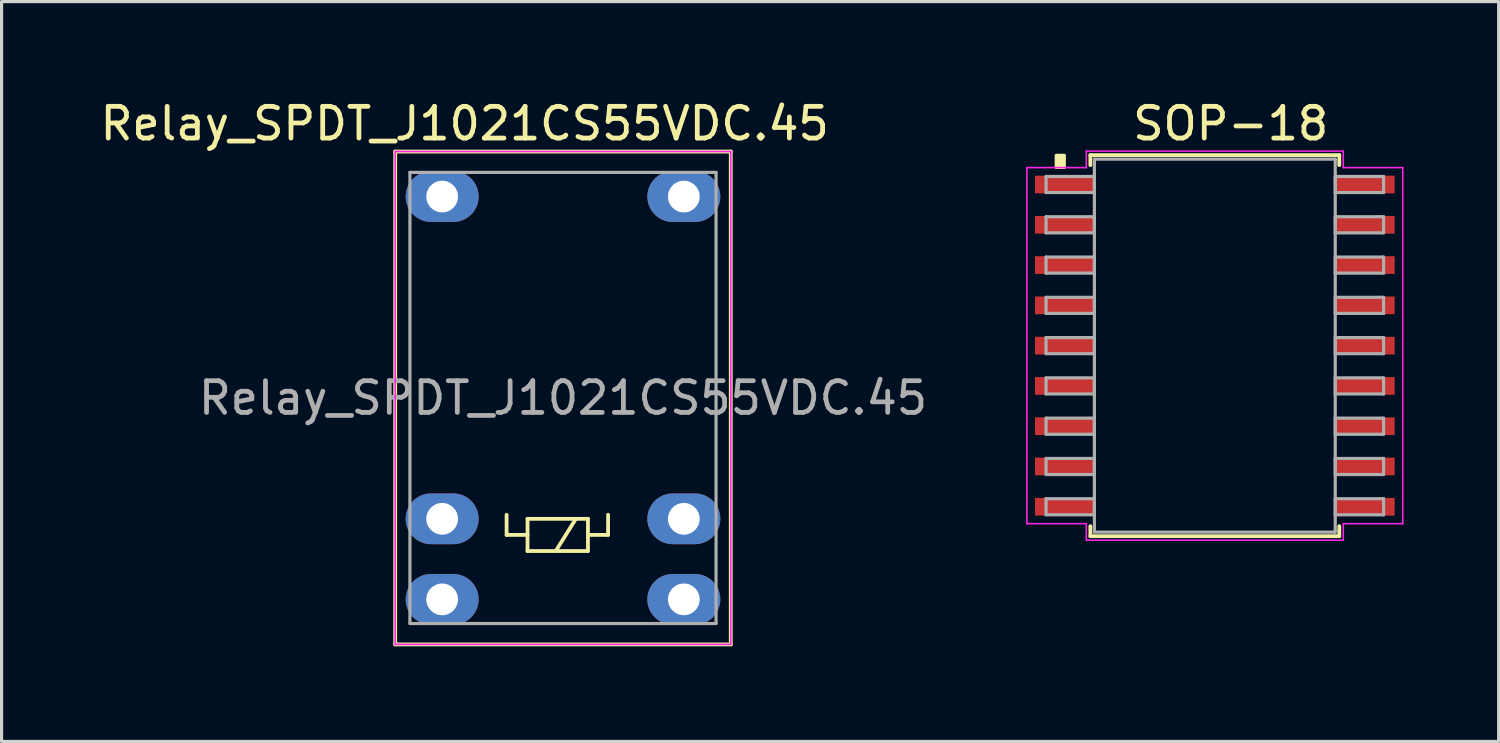
<source format=kicad_pcb>
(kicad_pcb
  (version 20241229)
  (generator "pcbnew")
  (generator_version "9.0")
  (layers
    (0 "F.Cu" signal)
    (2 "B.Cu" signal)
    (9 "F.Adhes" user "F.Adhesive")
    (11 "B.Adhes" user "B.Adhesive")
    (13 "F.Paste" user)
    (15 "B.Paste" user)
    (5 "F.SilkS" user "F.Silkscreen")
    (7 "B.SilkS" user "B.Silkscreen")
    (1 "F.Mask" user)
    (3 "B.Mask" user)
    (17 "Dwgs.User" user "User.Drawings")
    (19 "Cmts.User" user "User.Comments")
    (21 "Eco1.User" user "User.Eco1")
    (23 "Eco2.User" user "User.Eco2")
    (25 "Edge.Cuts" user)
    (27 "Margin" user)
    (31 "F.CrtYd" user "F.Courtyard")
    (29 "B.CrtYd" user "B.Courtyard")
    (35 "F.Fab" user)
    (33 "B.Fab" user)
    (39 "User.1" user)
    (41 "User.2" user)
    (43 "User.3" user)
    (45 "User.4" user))
  (footprint "SOP-18"
    (layer "F.Cu")
    (at 35.253 7.848)
    (property "Reference" "SOP-18" (at 0.5 -7 0) (layer "F.SilkS") (effects (font (size 1 1) (thickness 0.15))))
    (attr smd)
    (fp_line (start -3.924 -6.007) (end -3.924 -5.692) (stroke (width 0.12) (type solid)) (layer "F.SilkS"))
    (fp_line (start -3.924 5.692) (end -3.924 6.007) (stroke (width 0.12) (type solid)) (layer "F.SilkS"))
    (fp_line (start -3.924 6.007) (end 3.924 6.007) (stroke (width 0.12) (type solid)) (layer "F.SilkS"))
    (fp_line (start 3.924 -6.007) (end -3.924 -6.007) (stroke (width 0.12) (type solid)) (layer "F.SilkS"))
    (fp_line (start 3.924 -5.692) (end 3.924 -6.007) (stroke (width 0.12) (type solid)) (layer "F.SilkS"))
    (fp_line (start 3.924 6.007) (end 3.924 5.692) (stroke (width 0.12) (type solid)) (layer "F.SilkS"))
    (fp_poly (pts (xy -4.746 -6) (xy -4.746 -5.619) (xy -5 -5.619) (xy -5 -6)) (stroke (width 0.1) (type solid)) (fill yes) (layer "F.SilkS"))
    (fp_line (start -5.925 -5.613) (end -4.051 -5.613) (stroke (width 0.05) (type solid)) (layer "F.CrtYd"))
    (fp_line (start -5.925 5.613) (end -5.925 -5.613) (stroke (width 0.05) (type solid)) (layer "F.CrtYd"))
    (fp_line (start -4.051 -6.134) (end 4.051 -6.134) (stroke (width 0.05) (type solid)) (layer "F.CrtYd"))
    (fp_line (start -4.051 -5.613) (end -4.051 -6.134) (stroke (width 0.05) (type solid)) (layer "F.CrtYd"))
    (fp_line (start -4.051 5.613) (end -5.925 5.613) (stroke (width 0.05) (type solid)) (layer "F.CrtYd"))
    (fp_line (start -4.051 6.134) (end -4.051 5.613) (stroke (width 0.05) (type solid)) (layer "F.CrtYd"))
    (fp_line (start 4.051 -6.134) (end 4.051 -5.613) (stroke (width 0.05) (type solid)) (layer "F.CrtYd"))
    (fp_line (start 4.051 -5.613) (end 5.925 -5.613) (stroke (width 0.05) (type solid)) (layer "F.CrtYd"))
    (fp_line (start 4.051 5.613) (end 4.051 6.134) (stroke (width 0.05) (type solid)) (layer "F.CrtYd"))
    (fp_line (start 4.051 6.134) (end -4.051 6.134) (stroke (width 0.05) (type solid)) (layer "F.CrtYd"))
    (fp_line (start 5.925 -5.613) (end 5.925 5.613) (stroke (width 0.05) (type solid)) (layer "F.CrtYd"))
    (fp_line (start 5.925 5.613) (end 4.051 5.613) (stroke (width 0.05) (type solid)) (layer "F.CrtYd"))
    (fp_line (start -5.321 -5.334) (end -5.321 -4.826) (stroke (width 0.1) (type solid)) (layer "F.Fab"))
    (fp_line (start -5.321 -4.826) (end -3.797 -4.826) (stroke (width 0.1) (type solid)) (layer "F.Fab"))
    (fp_line (start -5.321 -4.064) (end -5.321 -3.556) (stroke (width 0.1) (type solid)) (layer "F.Fab"))
    (fp_line (start -5.321 -3.556) (end -3.797 -3.556) (stroke (width 0.1) (type solid)) (layer "F.Fab"))
    (fp_line (start -5.321 -2.794) (end -5.321 -2.286) (stroke (width 0.1) (type solid)) (layer "F.Fab"))
    (fp_line (start -5.321 -2.286) (end -3.797 -2.286) (stroke (width 0.1) (type solid)) (layer "F.Fab"))
    (fp_line (start -5.321 -1.524) (end -5.321 -1.016) (stroke (width 0.1) (type solid)) (layer "F.Fab"))
    (fp_line (start -5.321 -1.016) (end -3.797 -1.016) (stroke (width 0.1) (type solid)) (layer "F.Fab"))
    (fp_line (start -5.321 -0.254) (end -5.321 0.254) (stroke (width 0.1) (type solid)) (layer "F.Fab"))
    (fp_line (start -5.321 0.254) (end -3.797 0.254) (stroke (width 0.1) (type solid)) (layer "F.Fab"))
    (fp_line (start -5.321 1.016) (end -5.321 1.524) (stroke (width 0.1) (type solid)) (layer "F.Fab"))
    (fp_line (start -5.321 1.524) (end -3.797 1.524) (stroke (width 0.1) (type solid)) (layer "F.Fab"))
    (fp_line (start -5.321 2.286) (end -5.321 2.794) (stroke (width 0.1) (type solid)) (layer "F.Fab"))
    (fp_line (start -5.321 2.794) (end -3.797 2.794) (stroke (width 0.1) (type solid)) (layer "F.Fab"))
    (fp_line (start -5.321 3.556) (end -5.321 4.064) (stroke (width 0.1) (type solid)) (layer "F.Fab"))
    (fp_line (start -5.321 4.064) (end -3.797 4.064) (stroke (width 0.1) (type solid)) (layer "F.Fab"))
    (fp_line (start -5.321 4.826) (end -5.321 5.334) (stroke (width 0.1) (type solid)) (layer "F.Fab"))
    (fp_line (start -5.321 5.334) (end -3.797 5.334) (stroke (width 0.1) (type solid)) (layer "F.Fab"))
    (fp_line (start -3.797 -5.88) (end -3.797 5.88) (stroke (width 0.1) (type solid)) (layer "F.Fab"))
    (fp_line (start -3.797 -5.334) (end -5.321 -5.334) (stroke (width 0.1) (type solid)) (layer "F.Fab"))
    (fp_line (start -3.797 -4.826) (end -3.797 -5.334) (stroke (width 0.1) (type solid)) (layer "F.Fab"))
    (fp_line (start -3.797 -4.064) (end -5.321 -4.064) (stroke (width 0.1) (type solid)) (layer "F.Fab"))
    (fp_line (start -3.797 -3.556) (end -3.797 -4.064) (stroke (width 0.1) (type solid)) (layer "F.Fab"))
    (fp_line (start -3.797 -2.794) (end -5.321 -2.794) (stroke (width 0.1) (type solid)) (layer "F.Fab"))
    (fp_line (start -3.797 -2.286) (end -3.797 -2.794) (stroke (width 0.1) (type solid)) (layer "F.Fab"))
    (fp_line (start -3.797 -1.524) (end -5.321 -1.524) (stroke (width 0.1) (type solid)) (layer "F.Fab"))
    (fp_line (start -3.797 -1.016) (end -3.797 -1.524) (stroke (width 0.1) (type solid)) (layer "F.Fab"))
    (fp_line (start -3.797 -0.254) (end -5.321 -0.254) (stroke (width 0.1) (type solid)) (layer "F.Fab"))
    (fp_line (start -3.797 0.254) (end -3.797 -0.254) (stroke (width 0.1) (type solid)) (layer "F.Fab"))
    (fp_line (start -3.797 1.016) (end -5.321 1.016) (stroke (width 0.1) (type solid)) (layer "F.Fab"))
    (fp_line (start -3.797 1.524) (end -3.797 1.016) (stroke (width 0.1) (type solid)) (layer "F.Fab"))
    (fp_line (start -3.797 2.286) (end -5.321 2.286) (stroke (width 0.1) (type solid)) (layer "F.Fab"))
    (fp_line (start -3.797 2.794) (end -3.797 2.286) (stroke (width 0.1) (type solid)) (layer "F.Fab"))
    (fp_line (start -3.797 3.556) (end -5.321 3.556) (stroke (width 0.1) (type solid)) (layer "F.Fab"))
    (fp_line (start -3.797 4.064) (end -3.797 3.556) (stroke (width 0.1) (type solid)) (layer "F.Fab"))
    (fp_line (start -3.797 4.826) (end -5.321 4.826) (stroke (width 0.1) (type solid)) (layer "F.Fab"))
    (fp_line (start -3.797 5.334) (end -3.797 4.826) (stroke (width 0.1) (type solid)) (layer "F.Fab"))
    (fp_line (start -3.797 5.88) (end 3.797 5.88) (stroke (width 0.1) (type solid)) (layer "F.Fab"))
    (fp_line (start 3.797 -5.88) (end -3.797 -5.88) (stroke (width 0.1) (type solid)) (layer "F.Fab"))
    (fp_line (start 3.797 -5.334) (end 3.797 -4.826) (stroke (width 0.1) (type solid)) (layer "F.Fab"))
    (fp_line (start 3.797 -4.826) (end 5.321 -4.826) (stroke (width 0.1) (type solid)) (layer "F.Fab"))
    (fp_line (start 3.797 -4.064) (end 3.797 -3.556) (stroke (width 0.1) (type solid)) (layer "F.Fab"))
    (fp_line (start 3.797 -3.556) (end 5.321 -3.556) (stroke (width 0.1) (type solid)) (layer "F.Fab"))
    (fp_line (start 3.797 -2.794) (end 3.797 -2.286) (stroke (width 0.1) (type solid)) (layer "F.Fab"))
    (fp_line (start 3.797 -2.286) (end 5.321 -2.286) (stroke (width 0.1) (type solid)) (layer "F.Fab"))
    (fp_line (start 3.797 -1.524) (end 3.797 -1.016) (stroke (width 0.1) (type solid)) (layer "F.Fab"))
    (fp_line (start 3.797 -1.016) (end 5.321 -1.016) (stroke (width 0.1) (type solid)) (layer "F.Fab"))
    (fp_line (start 3.797 -0.254) (end 3.797 0.254) (stroke (width 0.1) (type solid)) (layer "F.Fab"))
    (fp_line (start 3.797 0.254) (end 5.321 0.254) (stroke (width 0.1) (type solid)) (layer "F.Fab"))
    (fp_line (start 3.797 1.016) (end 3.797 1.524) (stroke (width 0.1) (type solid)) (layer "F.Fab"))
    (fp_line (start 3.797 1.524) (end 5.321 1.524) (stroke (width 0.1) (type solid)) (layer "F.Fab"))
    (fp_line (start 3.797 2.286) (end 3.797 2.794) (stroke (width 0.1) (type solid)) (layer "F.Fab"))
    (fp_line (start 3.797 2.794) (end 5.321 2.794) (stroke (width 0.1) (type solid)) (layer "F.Fab"))
    (fp_line (start 3.797 3.556) (end 3.797 4.064) (stroke (width 0.1) (type solid)) (layer "F.Fab"))
    (fp_line (start 3.797 4.064) (end 5.321 4.064) (stroke (width 0.1) (type solid)) (layer "F.Fab"))
    (fp_line (start 3.797 4.826) (end 3.797 5.334) (stroke (width 0.1) (type solid)) (layer "F.Fab"))
    (fp_line (start 3.797 5.334) (end 5.321 5.334) (stroke (width 0.1) (type solid)) (layer "F.Fab"))
    (fp_line (start 3.797 5.88) (end 3.797 -5.88) (stroke (width 0.1) (type solid)) (layer "F.Fab"))
    (fp_line (start 5.321 -5.334) (end 3.797 -5.334) (stroke (width 0.1) (type solid)) (layer "F.Fab"))
    (fp_line (start 5.321 -4.826) (end 5.321 -5.334) (stroke (width 0.1) (type solid)) (layer "F.Fab"))
    (fp_line (start 5.321 -4.064) (end 3.797 -4.064) (stroke (width 0.1) (type solid)) (layer "F.Fab"))
    (fp_line (start 5.321 -3.556) (end 5.321 -4.064) (stroke (width 0.1) (type solid)) (layer "F.Fab"))
    (fp_line (start 5.321 -2.794) (end 3.797 -2.794) (stroke (width 0.1) (type solid)) (layer "F.Fab"))
    (fp_line (start 5.321 -2.286) (end 5.321 -2.794) (stroke (width 0.1) (type solid)) (layer "F.Fab"))
    (fp_line (start 5.321 -1.524) (end 3.797 -1.524) (stroke (width 0.1) (type solid)) (layer "F.Fab"))
    (fp_line (start 5.321 -1.016) (end 5.321 -1.524) (stroke (width 0.1) (type solid)) (layer "F.Fab"))
    (fp_line (start 5.321 -0.254) (end 3.797 -0.254) (stroke (width 0.1) (type solid)) (layer "F.Fab"))
    (fp_line (start 5.321 0.254) (end 5.321 -0.254) (stroke (width 0.1) (type solid)) (layer "F.Fab"))
    (fp_line (start 5.321 1.016) (end 3.797 1.016) (stroke (width 0.1) (type solid)) (layer "F.Fab"))
    (fp_line (start 5.321 1.524) (end 5.321 1.016) (stroke (width 0.1) (type solid)) (layer "F.Fab"))
    (fp_line (start 5.321 2.286) (end 3.797 2.286) (stroke (width 0.1) (type solid)) (layer "F.Fab"))
    (fp_line (start 5.321 2.794) (end 5.321 2.286) (stroke (width 0.1) (type solid)) (layer "F.Fab"))
    (fp_line (start 5.321 3.556) (end 3.797 3.556) (stroke (width 0.1) (type solid)) (layer "F.Fab"))
    (fp_line (start 5.321 4.064) (end 5.321 3.556) (stroke (width 0.1) (type solid)) (layer "F.Fab"))
    (fp_line (start 5.321 4.826) (end 3.797 4.826) (stroke (width 0.1) (type solid)) (layer "F.Fab"))
    (fp_line (start 5.321 5.334) (end 5.321 4.826) (stroke (width 0.1) (type solid)) (layer "F.Fab"))
    (pad "1" smd rect (at -4.734 -5.08) (size 1.874 0.558) (layers "F.Cu" "F.Mask" "F.Paste"))
    (pad "2" smd rect (at -4.734 -3.81) (size 1.874 0.558) (layers "F.Cu" "F.Mask" "F.Paste"))
    (pad "3" smd rect (at -4.734 -2.54) (size 1.874 0.558) (layers "F.Cu" "F.Mask" "F.Paste"))
    (pad "4" smd rect (at -4.734 -1.27) (size 1.874 0.558) (layers "F.Cu" "F.Mask" "F.Paste"))
    (pad "5" smd rect (at -4.734 0) (size 1.874 0.558) (layers "F.Cu" "F.Mask" "F.Paste"))
    (pad "6" smd rect (at -4.734 1.27) (size 1.874 0.558) (layers "F.Cu" "F.Mask" "F.Paste"))
    (pad "7" smd rect (at -4.734 2.54) (size 1.874 0.558) (layers "F.Cu" "F.Mask" "F.Paste"))
    (pad "8" smd rect (at -4.734 3.81) (size 1.874 0.558) (layers "F.Cu" "F.Mask" "F.Paste"))
    (pad "9" smd rect (at -4.734 5.08) (size 1.874 0.558) (layers "F.Cu" "F.Mask" "F.Paste"))
    (pad "10" smd rect (at 4.734 5.08) (size 1.874 0.558) (layers "F.Cu" "F.Mask" "F.Paste"))
    (pad "11" smd rect (at 4.734 3.81) (size 1.874 0.558) (layers "F.Cu" "F.Mask" "F.Paste"))
    (pad "12" smd rect (at 4.734 2.54) (size 1.874 0.558) (layers "F.Cu" "F.Mask" "F.Paste"))
    (pad "13" smd rect (at 4.734 1.27) (size 1.874 0.558) (layers "F.Cu" "F.Mask" "F.Paste"))
    (pad "14" smd rect (at 4.734 0) (size 1.874 0.558) (layers "F.Cu" "F.Mask" "F.Paste"))
    (pad "15" smd rect (at 4.734 -1.27) (size 1.874 0.558) (layers "F.Cu" "F.Mask" "F.Paste"))
    (pad "16" smd rect (at 4.734 -2.54) (size 1.874 0.558) (layers "F.Cu" "F.Mask" "F.Paste"))
    (pad "17" smd rect (at 4.734 -3.81) (size 1.874 0.558) (layers "F.Cu" "F.Mask" "F.Paste"))
    (pad "18" smd rect (at 4.734 -5.08) (size 1.874 0.558) (layers "F.Cu" "F.Mask" "F.Paste")))
  (footprint "Relay_SPDT_J1021CS55VDC.45"
    (layer "F.Cu")
    (at 10.891 3.148)
    (property "Reference" "Relay_SPDT_J1021CS55VDC.45" (at 0.71 -2.3 0) (layer "F.SilkS") (effects (font (size 1 1) (thickness 0.15))))
    (attr through_hole)
    (fp_line (start -1.48 -1.42) (end 9.1 -1.42) (stroke (width 0.12) (type solid)) (layer "F.SilkS"))
    (fp_line (start -1.48 14.12) (end -1.48 -1.42) (stroke (width 0.12) (type solid)) (layer "F.SilkS"))
    (fp_line (start -1.48 14.12) (end 9.1 14.12) (stroke (width 0.12) (type solid)) (layer "F.SilkS"))
    (fp_line (start 2.032 10.033) (end 2.032 10.668) (stroke (width 0.12) (type solid)) (layer "F.SilkS"))
    (fp_line (start 2.032 10.668) (end 2.692 10.668) (stroke (width 0.12) (type solid)) (layer "F.SilkS"))
    (fp_line (start 2.692 10.16) (end 2.692 11.176) (stroke (width 0.12) (type solid)) (layer "F.SilkS"))
    (fp_line (start 2.692 11.176) (end 4.597 11.176) (stroke (width 0.12) (type solid)) (layer "F.SilkS"))
    (fp_line (start 4.216 10.16) (end 3.581 11.176) (stroke (width 0.12) (type solid)) (layer "F.SilkS"))
    (fp_line (start 4.597 10.16) (end 2.692 10.16) (stroke (width 0.12) (type solid)) (layer "F.SilkS"))
    (fp_line (start 4.597 10.16) (end 4.597 11.176) (stroke (width 0.12) (type solid)) (layer "F.SilkS"))
    (fp_line (start 5.232 10.033) (end 5.232 10.668) (stroke (width 0.12) (type solid)) (layer "F.SilkS"))
    (fp_line (start 5.232 10.668) (end 4.597 10.668) (stroke (width 0.12) (type solid)) (layer "F.SilkS"))
    (fp_line (start 9.1 14.12) (end 9.1 -1.42) (stroke (width 0.12) (type solid)) (layer "F.SilkS"))
    (fp_line (start -1.48 -1.42) (end 9.1 -1.42) (stroke (width 0.05) (type solid)) (layer "F.CrtYd"))
    (fp_line (start -1.48 14.12) (end -1.48 -1.42) (stroke (width 0.05) (type solid)) (layer "F.CrtYd"))
    (fp_line (start -1.48 14.12) (end 9.1 14.12) (stroke (width 0.05) (type solid)) (layer "F.CrtYd"))
    (fp_line (start 9.1 14.12) (end 9.1 -1.42) (stroke (width 0.05) (type solid)) (layer "F.CrtYd"))
    (fp_line (start -1.016 -0.762) (end 8.636 -0.762) (stroke (width 0.1) (type solid)) (layer "F.Fab"))
    (fp_line (start -1.016 13.462) (end -1.016 -0.762) (stroke (width 0.1) (type solid)) (layer "F.Fab"))
    (fp_line (start 8.636 -0.762) (end 8.636 13.462) (stroke (width 0.1) (type solid)) (layer "F.Fab"))
    (fp_line (start 8.636 13.462) (end -1.016 13.462) (stroke (width 0.1) (type solid)) (layer "F.Fab"))
    (fp_text user "${REFERENCE}" (at 3.81 6.35 0) (layer "F.Fab") (effects (font (size 1 1) (thickness 0.15))))
    (pad "1" thru_hole oval (at 0 12.7) (size 2.3 1.6) (drill 1) (layers "*.Cu" "*.Mask"))
    (pad "2" thru_hole oval (at 7.62 12.7) (size 2.3 1.6) (drill 1) (layers "*.Cu" "*.Mask"))
    (pad "3" thru_hole oval (at 0 10.16) (size 2.3 1.6) (drill 1) (layers "*.Cu" "*.Mask"))
    (pad "4" thru_hole oval (at 7.62 10.16) (size 2.3 1.6) (drill 1) (layers "*.Cu" "*.Mask"))
    (pad "5" thru_hole oval (at 0 0) (size 2.3 1.6) (drill 1) (layers "*.Cu" "*.Mask"))
    (pad "5" thru_hole oval (at 7.62 0) (size 2.3 1.6) (drill 1) (layers "*.Cu" "*.Mask")))
  (gr_rect
    (start -3 -3)
    (end 44.203 20.328)
    (stroke (width 0.1) (type default))
    (fill no)
    (layer "Edge.Cuts")))
</source>
